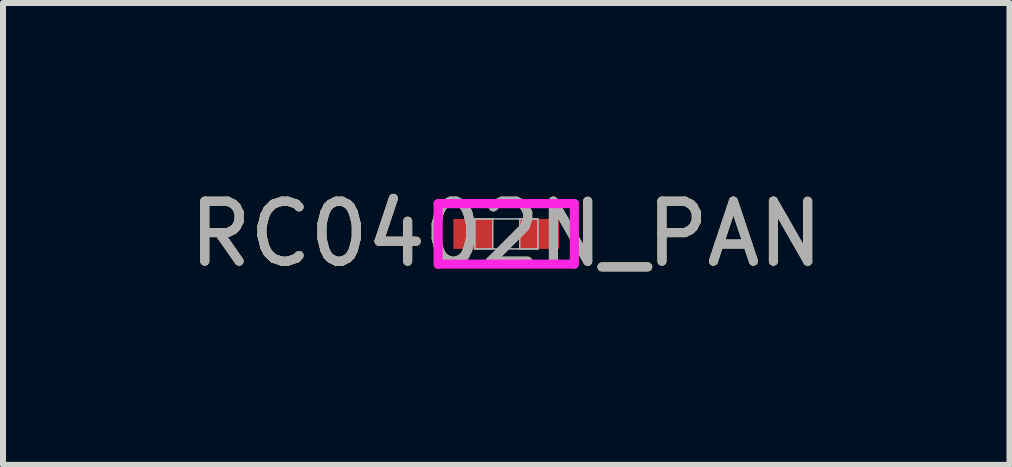
<source format=kicad_pcb>
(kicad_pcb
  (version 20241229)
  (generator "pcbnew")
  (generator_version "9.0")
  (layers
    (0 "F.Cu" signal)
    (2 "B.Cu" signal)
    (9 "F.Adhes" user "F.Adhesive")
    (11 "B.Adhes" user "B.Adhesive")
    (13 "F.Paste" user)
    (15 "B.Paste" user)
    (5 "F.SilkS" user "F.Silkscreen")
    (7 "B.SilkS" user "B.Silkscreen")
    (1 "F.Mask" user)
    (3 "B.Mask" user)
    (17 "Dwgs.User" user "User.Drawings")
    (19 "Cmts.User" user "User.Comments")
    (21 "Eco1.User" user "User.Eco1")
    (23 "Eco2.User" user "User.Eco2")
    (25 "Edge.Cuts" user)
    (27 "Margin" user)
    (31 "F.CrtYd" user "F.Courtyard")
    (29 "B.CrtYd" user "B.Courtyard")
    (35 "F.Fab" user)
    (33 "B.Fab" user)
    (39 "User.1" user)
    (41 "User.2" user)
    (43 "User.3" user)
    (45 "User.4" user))
  (footprint "RC0402N_PAN"
    (layer "F.Cu")
    (at 5.387 0.848)
    (property "Reference" "RC0402N_PAN" (at 0 0 0) (unlocked yes) (layer "F.SilkS") (effects (font (size 1 1) (thickness 0.15))))
    (attr smd)
    (fp_line (start -1.135 -0.504) (end 1.135 -0.504) (stroke (width 0.152) (type solid)) (layer "F.CrtYd"))
    (fp_line (start -1.135 0.504) (end -1.135 -0.504) (stroke (width 0.152) (type solid)) (layer "F.CrtYd"))
    (fp_line (start 1.135 -0.504) (end 1.135 0.504) (stroke (width 0.152) (type solid)) (layer "F.CrtYd"))
    (fp_line (start 1.135 0.504) (end -1.135 0.504) (stroke (width 0.152) (type solid)) (layer "F.CrtYd"))
    (fp_line (start -0.525 -0.25) (end -0.525 0.25) (stroke (width 0.025) (type solid)) (layer "F.Fab"))
    (fp_line (start -0.525 -0.25) (end -0.525 0.25) (stroke (width 0.025) (type solid)) (layer "F.Fab"))
    (fp_line (start -0.525 0.25) (end -0.225 0.25) (stroke (width 0.025) (type solid)) (layer "F.Fab"))
    (fp_line (start -0.525 0.25) (end 0.525 0.25) (stroke (width 0.025) (type solid)) (layer "F.Fab"))
    (fp_line (start -0.225 -0.25) (end -0.525 -0.25) (stroke (width 0.025) (type solid)) (layer "F.Fab"))
    (fp_line (start -0.225 0.25) (end -0.225 -0.25) (stroke (width 0.025) (type solid)) (layer "F.Fab"))
    (fp_line (start 0.225 -0.25) (end 0.225 0.25) (stroke (width 0.025) (type solid)) (layer "F.Fab"))
    (fp_line (start 0.225 0.25) (end 0.525 0.25) (stroke (width 0.025) (type solid)) (layer "F.Fab"))
    (fp_line (start 0.525 -0.25) (end -0.525 -0.25) (stroke (width 0.025) (type solid)) (layer "F.Fab"))
    (fp_line (start 0.525 -0.25) (end 0.225 -0.25) (stroke (width 0.025) (type solid)) (layer "F.Fab"))
    (fp_line (start 0.525 0.25) (end 0.525 -0.25) (stroke (width 0.025) (type solid)) (layer "F.Fab"))
    (fp_line (start 0.525 0.25) (end 0.525 -0.25) (stroke (width 0.025) (type solid)) (layer "F.Fab"))
    (fp_text user "${REFERENCE}" (at 0 0 0) (unlocked yes) (layer "F.Fab") (effects (font (size 1 1) (thickness 0.15))))
    (pad "1" smd rect (at -0.553 0) (size 0.656 0.5) (layers "F.Cu" "F.Mask" "F.Paste"))
    (pad "2" smd rect (at 0.553 0) (size 0.656 0.5) (layers "F.Cu" "F.Mask" "F.Paste"))
    (zone (net_name "") (layer "F.Cu") (hatch full 0.508) (connect_pads) (min_thickness 0.254) (filled_areas_thickness no) (keepout (tracks not_allowed) (vias not_allowed) (pads allowed) (copperpour not_allowed) (footprints allowed)) (placement (enabled no)) (fill) (polygon (pts (xy 5.213 0.649) (xy 5.561 0.649) (xy 5.561 1.047) (xy 5.213 1.047)))))
  (gr_rect
    (start -3 -3)
    (end 13.774 4.697)
    (stroke (width 0.1) (type default))
    (fill no)
    (layer "Edge.Cuts")))
</source>
